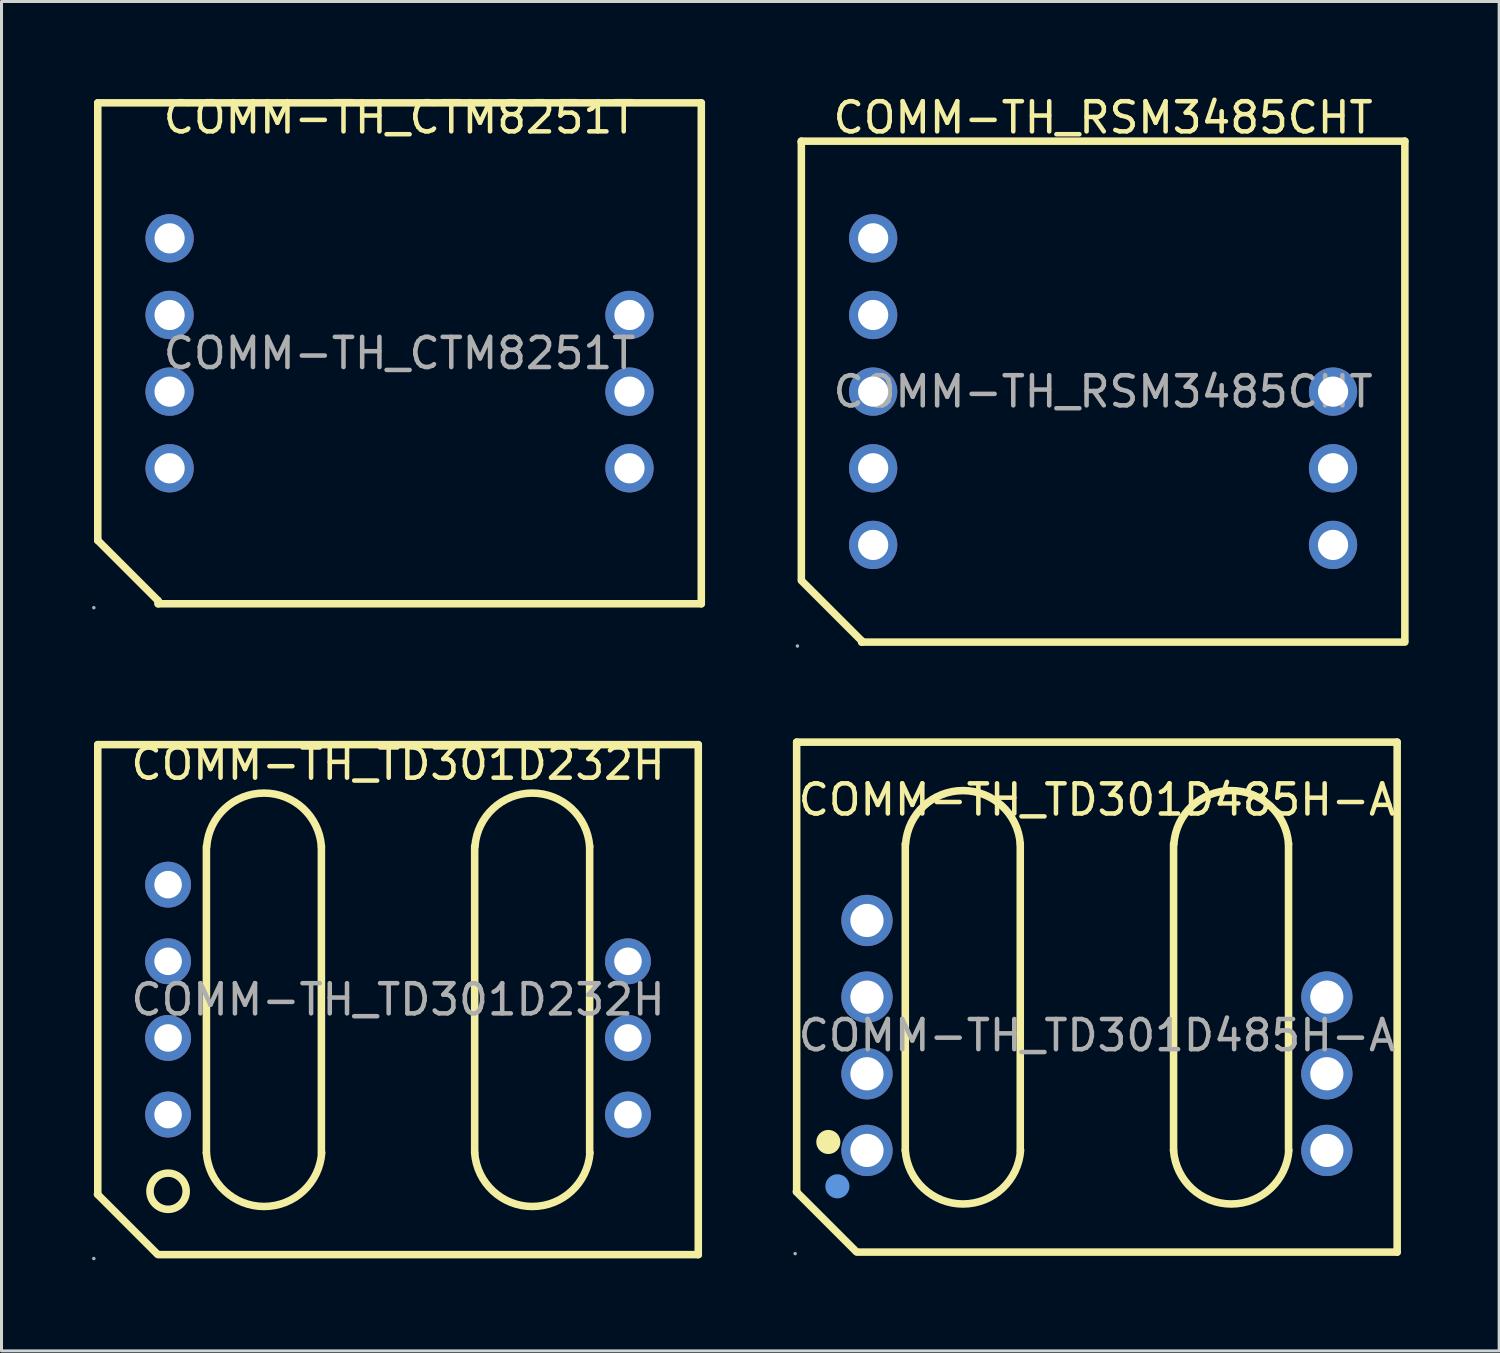
<source format=kicad_pcb>
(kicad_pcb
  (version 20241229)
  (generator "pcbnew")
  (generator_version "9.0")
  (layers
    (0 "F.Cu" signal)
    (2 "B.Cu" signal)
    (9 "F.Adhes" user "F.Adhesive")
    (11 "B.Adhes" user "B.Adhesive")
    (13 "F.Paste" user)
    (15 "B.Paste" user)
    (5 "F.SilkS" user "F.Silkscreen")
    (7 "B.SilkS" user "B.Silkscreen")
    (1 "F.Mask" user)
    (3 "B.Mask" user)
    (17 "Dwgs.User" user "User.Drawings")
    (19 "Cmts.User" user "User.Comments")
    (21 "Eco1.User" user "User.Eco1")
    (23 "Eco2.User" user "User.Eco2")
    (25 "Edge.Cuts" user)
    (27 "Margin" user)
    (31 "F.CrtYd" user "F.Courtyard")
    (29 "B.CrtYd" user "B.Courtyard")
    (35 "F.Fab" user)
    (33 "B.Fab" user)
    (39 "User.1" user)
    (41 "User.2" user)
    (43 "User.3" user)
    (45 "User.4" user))
  (footprint "COMM-TH_TD301D485H-A"
    (layer "F.Cu")
    (at 33.3 31.263)
    (property "Reference" "COMM-TH_TD301D485H-A" (at 0 -7.81 0) (layer "F.SilkS") (effects (font (size 1 1) (thickness 0.15))))
    (attr through_hole)
    (fp_line (start -9.96 5.18) (end -7.98 7.16) (stroke (width 0.25) (type solid)) (layer "F.SilkS"))
    (fp_line (start -9.95 -9.72) (end -9.95 5.18) (stroke (width 0.25) (type solid)) (layer "F.SilkS"))
    (fp_line (start -9.95 -9.72) (end 9.95 -9.72) (stroke (width 0.25) (type solid)) (layer "F.SilkS"))
    (fp_line (start -7.95 7.18) (end 9.95 7.18) (stroke (width 0.25) (type solid)) (layer "F.SilkS"))
    (fp_line (start -6.35 -6.35) (end -6.35 3.81) (stroke (width 0.25) (type solid)) (layer "F.SilkS"))
    (fp_line (start -2.54 -6.35) (end -2.54 3.81) (stroke (width 0.25) (type solid)) (layer "F.SilkS"))
    (fp_line (start 2.54 -6.35) (end 2.54 3.81) (stroke (width 0.25) (type solid)) (layer "F.SilkS"))
    (fp_line (start 6.35 -6.35) (end 6.35 3.81) (stroke (width 0.25) (type solid)) (layer "F.SilkS"))
    (fp_line (start 9.95 -9.72) (end 9.95 7.18) (stroke (width 0.25) (type solid)) (layer "F.SilkS"))
    (fp_arc (start -6.340333 -6.345412) (mid -4.4423 -8.11515) (end -2.54 -6.35) (stroke (width 0.25) (type solid)) (layer "F.SilkS"))
    (fp_arc (start -2.529772 3.806853) (mid -4.438422 5.585123) (end -6.35 3.81) (stroke (width 0.25) (type solid)) (layer "F.SilkS"))
    (fp_arc (start 2.549667 -6.345412) (mid 4.4477 -8.11515) (end 6.35 -6.35) (stroke (width 0.25) (type solid)) (layer "F.SilkS"))
    (fp_arc (start 6.360228 3.806853) (mid 4.451578 5.585123) (end 2.54 3.81) (stroke (width 0.25) (type solid)) (layer "F.SilkS"))
    (fp_circle (center -8.9 3.53) (end -8.7 3.53) (stroke (width 0.4) (type solid)) (fill no) (layer "F.SilkS"))
    (fp_circle (center -8.6 5) (end -8.4 5) (stroke (width 0.4) (type solid)) (fill no) (layer "Cmts.User"))
    (fp_circle (center -10 7.23) (end -9.97 7.23) (stroke (width 0.06) (type solid)) (fill no) (layer "F.Fab"))
    (fp_circle (center -7.62 -3.81) (end -7.5 -3.81) (stroke (width 0.25) (type solid)) (fill no) (layer "F.Fab"))
    (fp_circle (center -7.62 -1.27) (end -7.5 -1.27) (stroke (width 0.25) (type solid)) (fill no) (layer "F.Fab"))
    (fp_circle (center -7.62 1.27) (end -7.5 1.27) (stroke (width 0.25) (type solid)) (fill no) (layer "F.Fab"))
    (fp_circle (center -7.62 3.81) (end -7.5 3.81) (stroke (width 0.25) (type solid)) (fill no) (layer "F.Fab"))
    (fp_circle (center 7.62 -1.27) (end 7.74 -1.27) (stroke (width 0.25) (type solid)) (fill no) (layer "F.Fab"))
    (fp_circle (center 7.62 1.27) (end 7.74 1.27) (stroke (width 0.25) (type solid)) (fill no) (layer "F.Fab"))
    (fp_circle (center 7.62 3.81) (end 7.74 3.81) (stroke (width 0.25) (type solid)) (fill no) (layer "F.Fab"))
    (fp_text user "${REFERENCE}" (at 0 0 0) (layer "F.Fab") (effects (font (size 1 1) (thickness 0.15))))
    (pad "1" thru_hole circle (at -7.62 3.81) (size 1.7 1.7) (drill 1.1) (layers "*.Cu" "*.Paste" "*.Mask"))
    (pad "2" thru_hole circle (at -7.62 1.27) (size 1.7 1.7) (drill 1.1) (layers "*.Cu" "*.Paste" "*.Mask"))
    (pad "3" thru_hole circle (at -7.62 -1.27) (size 1.7 1.7) (drill 1.1) (layers "*.Cu" "*.Paste" "*.Mask"))
    (pad "4" thru_hole circle (at -7.62 -3.81) (size 1.7 1.7) (drill 1.1) (layers "*.Cu" "*.Paste" "*.Mask"))
    (pad "8" thru_hole circle (at 7.62 -1.27) (size 1.7 1.7) (drill 1.1) (layers "*.Cu" "*.Paste" "*.Mask"))
    (pad "9" thru_hole circle (at 7.62 1.27) (size 1.7 1.7) (drill 1.1) (layers "*.Cu" "*.Paste" "*.Mask"))
    (pad "10" thru_hole circle (at 7.62 3.81) (size 1.7 1.7) (drill 1.1) (layers "*.Cu" "*.Paste" "*.Mask")))
  (footprint "COMM-TH_RSM3485CHT"
    (layer "F.Cu")
    (at 33.505 9.928)
    (property "Reference" "COMM-TH_RSM3485CHT" (at 0 -9.08 0) (layer "F.SilkS") (effects (font (size 1 1) (thickness 0.15))))
    (attr through_hole)
    (fp_line (start -10 -8.3) (end -10 -8.26) (stroke (width 0.25) (type solid)) (layer "F.SilkS"))
    (fp_line (start -10 -8.3) (end 10 -8.3) (stroke (width 0.25) (type solid)) (layer "F.SilkS"))
    (fp_line (start -10 -8.26) (end -10 6.2) (stroke (width 0.25) (type solid)) (layer "F.SilkS"))
    (fp_line (start -8 8.26) (end -10 6.26) (stroke (width 0.25) (type solid)) (layer "F.SilkS"))
    (fp_line (start -8 8.3) (end -8 8.26) (stroke (width 0.25) (type solid)) (layer "F.SilkS"))
    (fp_line (start -8 8.3) (end 10 8.3) (stroke (width 0.25) (type solid)) (layer "F.SilkS"))
    (fp_line (start 10 -8.3) (end 10 8.24) (stroke (width 0.25) (type solid)) (layer "F.SilkS"))
    (fp_circle (center -10.13 8.43) (end -10.1 8.43) (stroke (width 0.06) (type solid)) (fill no) (layer "F.Fab"))
    (fp_circle (center -7.62 -5.08) (end -7.42 -5.08) (stroke (width 0.4) (type solid)) (fill no) (layer "F.Fab"))
    (fp_circle (center -7.62 -2.54) (end -7.42 -2.54) (stroke (width 0.4) (type solid)) (fill no) (layer "F.Fab"))
    (fp_circle (center -7.62 0) (end -7.42 0) (stroke (width 0.4) (type solid)) (fill no) (layer "F.Fab"))
    (fp_circle (center -7.62 2.54) (end -7.42 2.54) (stroke (width 0.4) (type solid)) (fill no) (layer "F.Fab"))
    (fp_circle (center -7.62 5.08) (end -7.42 5.08) (stroke (width 0.4) (type solid)) (fill no) (layer "F.Fab"))
    (fp_circle (center 7.62 0) (end 7.82 0) (stroke (width 0.4) (type solid)) (fill no) (layer "F.Fab"))
    (fp_circle (center 7.62 2.54) (end 7.82 2.54) (stroke (width 0.4) (type solid)) (fill no) (layer "F.Fab"))
    (fp_circle (center 7.62 5.08) (end 7.82 5.08) (stroke (width 0.4) (type solid)) (fill no) (layer "F.Fab"))
    (fp_text user "${REFERENCE}" (at 0 0 0) (layer "F.Fab") (effects (font (size 1 1) (thickness 0.15))))
    (pad "1" thru_hole circle (at -7.62 5.08) (size 1.6 1.6) (drill 1) (layers "*.Cu" "*.Paste" "*.Mask"))
    (pad "2" thru_hole circle (at -7.62 2.54) (size 1.6 1.6) (drill 1) (layers "*.Cu" "*.Paste" "*.Mask"))
    (pad "3" thru_hole circle (at -7.62 0) (size 1.6 1.6) (drill 1) (layers "*.Cu" "*.Paste" "*.Mask"))
    (pad "4" thru_hole circle (at -7.62 -2.54) (size 1.6 1.6) (drill 1) (layers "*.Cu" "*.Paste" "*.Mask"))
    (pad "5" thru_hole circle (at -7.62 -5.08) (size 1.6 1.6) (drill 1) (layers "*.Cu" "*.Paste" "*.Mask"))
    (pad "8" thru_hole circle (at 7.62 0) (size 1.6 1.6) (drill 1) (layers "*.Cu" "*.Paste" "*.Mask"))
    (pad "9" thru_hole circle (at 7.62 2.54) (size 1.6 1.6) (drill 1) (layers "*.Cu" "*.Paste" "*.Mask"))
    (pad "10" thru_hole circle (at 7.62 5.08) (size 1.6 1.6) (drill 1) (layers "*.Cu" "*.Paste" "*.Mask")))
  (footprint "COMM-TH_CTM8251T"
    (layer "F.Cu")
    (at 10.19 8.658)
    (property "Reference" "COMM-TH_CTM8251T" (at 0 -7.81 0) (layer "F.SilkS") (effects (font (size 1 1) (thickness 0.15))))
    (attr through_hole)
    (fp_line (start -10 -8.3) (end -10 6.2) (stroke (width 0.25) (type solid)) (layer "F.SilkS"))
    (fp_line (start -10 -8.3) (end 10 -8.3) (stroke (width 0.25) (type solid)) (layer "F.SilkS"))
    (fp_line (start -8 8.2) (end -10 6.2) (stroke (width 0.25) (type solid)) (layer "F.SilkS"))
    (fp_line (start -8 8.3) (end -8 8.2) (stroke (width 0.25) (type solid)) (layer "F.SilkS"))
    (fp_line (start -8 8.3) (end 10 8.3) (stroke (width 0.25) (type solid)) (layer "F.SilkS"))
    (fp_line (start 10 -8.3) (end 10 8.3) (stroke (width 0.25) (type solid)) (layer "F.SilkS"))
    (fp_circle (center -10.13 8.43) (end -10.1 8.43) (stroke (width 0.06) (type solid)) (fill no) (layer "F.Fab"))
    (fp_circle (center -7.62 -3.81) (end -7.42 -3.81) (stroke (width 0.4) (type solid)) (fill no) (layer "F.Fab"))
    (fp_circle (center -7.62 -1.27) (end -7.42 -1.27) (stroke (width 0.4) (type solid)) (fill no) (layer "F.Fab"))
    (fp_circle (center -7.62 1.27) (end -7.42 1.27) (stroke (width 0.4) (type solid)) (fill no) (layer "F.Fab"))
    (fp_circle (center -7.62 3.81) (end -7.42 3.81) (stroke (width 0.4) (type solid)) (fill no) (layer "F.Fab"))
    (fp_circle (center 7.62 -1.27) (end 7.82 -1.27) (stroke (width 0.4) (type solid)) (fill no) (layer "F.Fab"))
    (fp_circle (center 7.62 1.27) (end 7.82 1.27) (stroke (width 0.4) (type solid)) (fill no) (layer "F.Fab"))
    (fp_circle (center 7.62 3.81) (end 7.82 3.81) (stroke (width 0.4) (type solid)) (fill no) (layer "F.Fab"))
    (fp_text user "${REFERENCE}" (at 0 0 0) (layer "F.Fab") (effects (font (size 1 1) (thickness 0.15))))
    (pad "1" thru_hole circle (at -7.62 3.81) (size 1.6 1.6) (drill 1) (layers "*.Cu" "*.Paste" "*.Mask"))
    (pad "2" thru_hole circle (at -7.62 1.27) (size 1.6 1.6) (drill 1) (layers "*.Cu" "*.Paste" "*.Mask"))
    (pad "3" thru_hole circle (at -7.62 -1.27) (size 1.6 1.6) (drill 1) (layers "*.Cu" "*.Paste" "*.Mask"))
    (pad "4" thru_hole circle (at -7.62 -3.81) (size 1.6 1.6) (drill 1) (layers "*.Cu" "*.Paste" "*.Mask"))
    (pad "6" thru_hole circle (at 7.62 -1.27) (size 1.6 1.6) (drill 1) (layers "*.Cu" "*.Paste" "*.Mask"))
    (pad "7" thru_hole circle (at 7.62 1.27) (size 1.6 1.6) (drill 1) (layers "*.Cu" "*.Paste" "*.Mask"))
    (pad "8" thru_hole circle (at 7.62 3.81) (size 1.6 1.6) (drill 1) (layers "*.Cu" "*.Paste" "*.Mask")))
  (footprint "COMM-TH_TD301D232H"
    (layer "F.Cu")
    (at 10.14 30.076)
    (property "Reference" "COMM-TH_TD301D232H" (at 0 -7.81 0) (layer "F.SilkS") (effects (font (size 1 1) (thickness 0.15))))
    (attr through_hole)
    (fp_line (start -9.96 6.45) (end -7.98 8.43) (stroke (width 0.25) (type solid)) (layer "F.SilkS"))
    (fp_line (start -9.95 -8.45) (end -9.95 6.45) (stroke (width 0.25) (type solid)) (layer "F.SilkS"))
    (fp_line (start -9.95 -8.45) (end 9.95 -8.45) (stroke (width 0.25) (type solid)) (layer "F.SilkS"))
    (fp_line (start -7.95 8.45) (end 9.95 8.45) (stroke (width 0.25) (type solid)) (layer "F.SilkS"))
    (fp_line (start -6.35 -5.08) (end -6.35 5.08) (stroke (width 0.25) (type solid)) (layer "F.SilkS"))
    (fp_line (start -2.54 -5.08) (end -2.54 5.08) (stroke (width 0.25) (type solid)) (layer "F.SilkS"))
    (fp_line (start 2.54 -5.08) (end 2.54 5.08) (stroke (width 0.25) (type solid)) (layer "F.SilkS"))
    (fp_line (start 6.35 -5.08) (end 6.35 5.08) (stroke (width 0.25) (type solid)) (layer "F.SilkS"))
    (fp_line (start 9.95 -8.45) (end 9.95 8.45) (stroke (width 0.25) (type solid)) (layer "F.SilkS"))
    (fp_arc (start -6.340333 -5.075412) (mid -4.4423 -6.84515) (end -2.54 -5.08) (stroke (width 0.25) (type solid)) (layer "F.SilkS"))
    (fp_arc (start -2.529772 5.076853) (mid -4.438422 6.855123) (end -6.35 5.08) (stroke (width 0.25) (type solid)) (layer "F.SilkS"))
    (fp_arc (start 2.549667 -5.075412) (mid 4.4477 -6.84515) (end 6.35 -5.08) (stroke (width 0.25) (type solid)) (layer "F.SilkS"))
    (fp_arc (start 6.360228 5.076853) (mid 4.451578 6.855123) (end 2.54 5.08) (stroke (width 0.25) (type solid)) (layer "F.SilkS"))
    (fp_circle (center -7.62 6.35) (end -7.02 6.35) (stroke (width 0.25) (type solid)) (fill no) (layer "F.SilkS"))
    (fp_circle (center -10.08 8.58) (end -10.05 8.58) (stroke (width 0.06) (type solid)) (fill no) (layer "F.Fab"))
    (fp_circle (center -7.62 -3.81) (end -7.44 -3.81) (stroke (width 0.36) (type solid)) (fill no) (layer "F.Fab"))
    (fp_circle (center -7.62 -1.27) (end -7.44 -1.27) (stroke (width 0.36) (type solid)) (fill no) (layer "F.Fab"))
    (fp_circle (center -7.62 1.27) (end -7.44 1.27) (stroke (width 0.36) (type solid)) (fill no) (layer "F.Fab"))
    (fp_circle (center -7.62 3.81) (end -7.44 3.81) (stroke (width 0.36) (type solid)) (fill no) (layer "F.Fab"))
    (fp_circle (center 7.62 -1.27) (end 7.8 -1.27) (stroke (width 0.36) (type solid)) (fill no) (layer "F.Fab"))
    (fp_circle (center 7.62 1.27) (end 7.8 1.27) (stroke (width 0.36) (type solid)) (fill no) (layer "F.Fab"))
    (fp_circle (center 7.62 3.81) (end 7.8 3.81) (stroke (width 0.36) (type solid)) (fill no) (layer "F.Fab"))
    (fp_text user "${REFERENCE}" (at 0 0 0) (layer "F.Fab") (effects (font (size 1 1) (thickness 0.15))))
    (pad "1" thru_hole circle (at -7.62 3.81) (size 1.52 1.52) (drill 0.914) (layers "*.Cu" "*.Paste" "*.Mask"))
    (pad "2" thru_hole circle (at -7.62 1.27) (size 1.52 1.52) (drill 0.914) (layers "*.Cu" "*.Paste" "*.Mask"))
    (pad "3" thru_hole circle (at -7.62 -1.27) (size 1.52 1.52) (drill 0.914) (layers "*.Cu" "*.Paste" "*.Mask"))
    (pad "4" thru_hole circle (at -7.62 -3.81) (size 1.52 1.52) (drill 0.914) (layers "*.Cu" "*.Paste" "*.Mask"))
    (pad "6" thru_hole circle (at 7.62 -1.27) (size 1.52 1.52) (drill 0.914) (layers "*.Cu" "*.Paste" "*.Mask"))
    (pad "7" thru_hole circle (at 7.62 1.27) (size 1.52 1.52) (drill 0.914) (layers "*.Cu" "*.Paste" "*.Mask"))
    (pad "8" thru_hole circle (at 7.62 3.81) (size 1.52 1.52) (drill 0.914) (layers "*.Cu" "*.Paste" "*.Mask")))
  (gr_rect
    (start -3 -3)
    (end 46.63 41.717)
    (stroke (width 0.1) (type default))
    (fill no)
    (layer "Edge.Cuts")))
</source>
